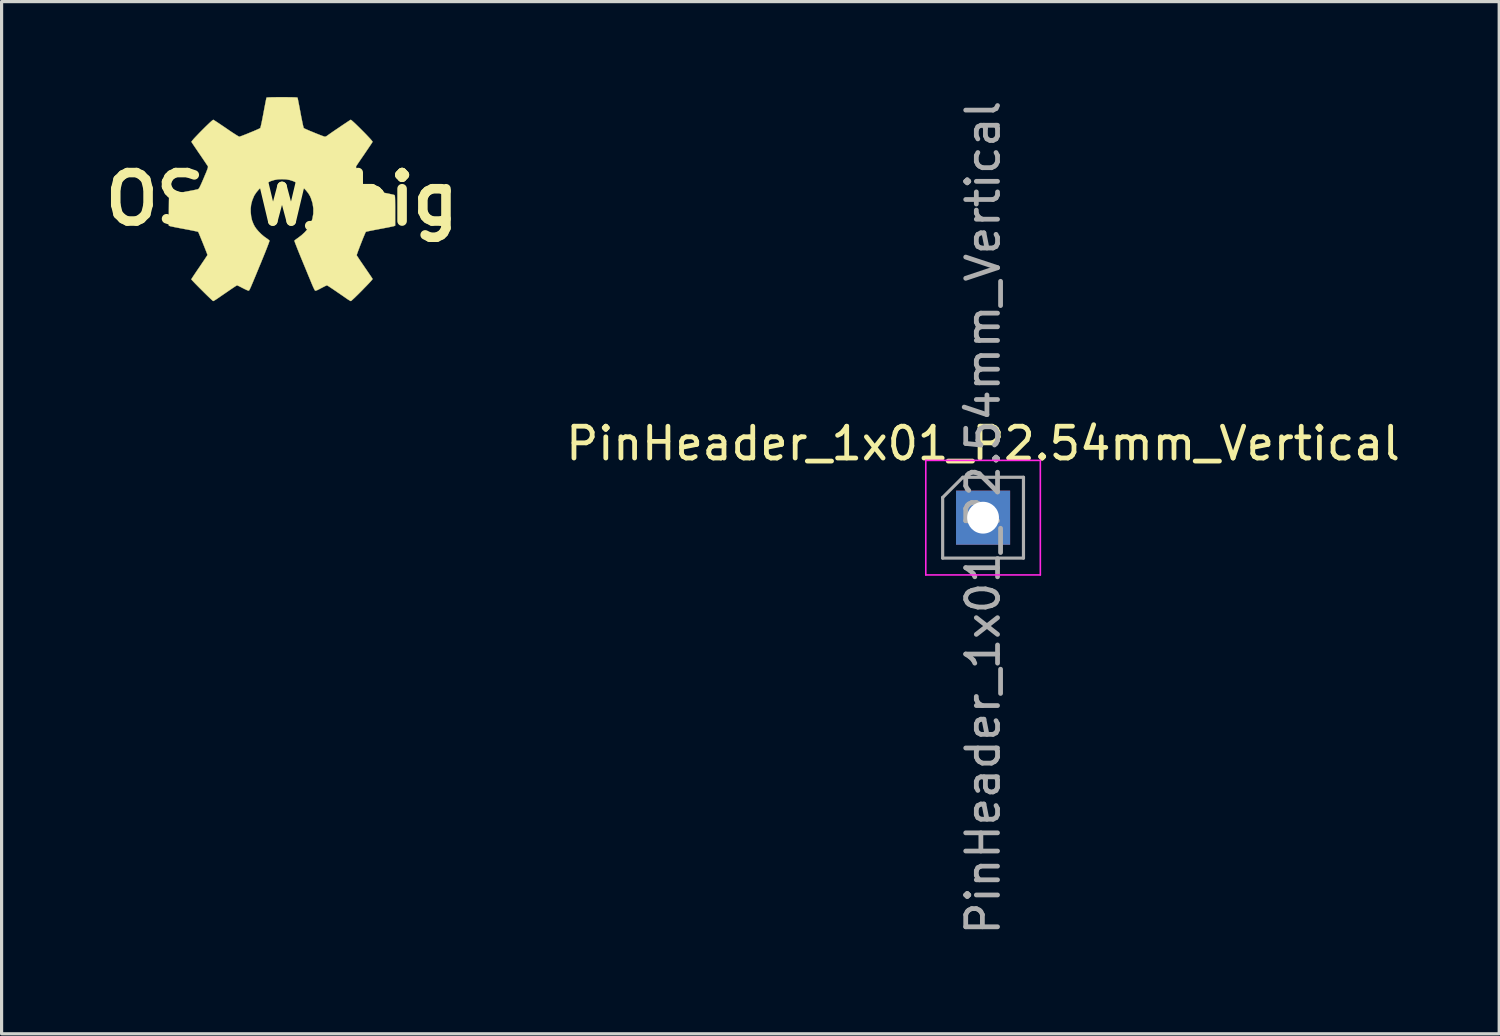
<source format=kicad_pcb>
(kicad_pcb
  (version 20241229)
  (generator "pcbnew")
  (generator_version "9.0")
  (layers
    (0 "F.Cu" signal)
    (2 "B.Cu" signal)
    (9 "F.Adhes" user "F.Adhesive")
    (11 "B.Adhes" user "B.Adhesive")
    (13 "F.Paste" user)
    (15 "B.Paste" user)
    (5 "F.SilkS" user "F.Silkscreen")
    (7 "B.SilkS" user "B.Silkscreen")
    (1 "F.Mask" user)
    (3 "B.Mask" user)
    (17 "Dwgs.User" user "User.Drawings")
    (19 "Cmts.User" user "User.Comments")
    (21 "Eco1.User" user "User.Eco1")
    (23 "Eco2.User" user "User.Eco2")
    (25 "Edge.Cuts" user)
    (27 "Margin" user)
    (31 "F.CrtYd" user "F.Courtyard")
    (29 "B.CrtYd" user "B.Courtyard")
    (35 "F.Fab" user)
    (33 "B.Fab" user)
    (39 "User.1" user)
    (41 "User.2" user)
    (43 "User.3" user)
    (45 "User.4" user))
  (footprint "OSHW_big"
    (layer "F.Cu")
    (at 5.813 3.208)
    (property "Reference" "OSHW_big" (at 0 0 0) (layer "F.SilkS") (effects (font (size 1.524 1.524) (thickness 0.3))))
    (attr through_hole)
    (fp_poly (pts (xy 0.095 -3.203) (xy 0.192 -3.202) (xy 0.283 -3.201) (xy 0.361 -3.199) (xy 0.424 -3.197) (xy 0.467 -3.194) (xy 0.486 -3.19) (xy 0.486 -3.19) (xy 0.491 -3.173) (xy 0.5 -3.132) (xy 0.512 -3.07) (xy 0.528 -2.99) (xy 0.546 -2.896) (xy 0.566 -2.791) (xy 0.58 -2.714) (xy 0.601 -2.602) (xy 0.622 -2.5) (xy 0.64 -2.409) (xy 0.656 -2.334) (xy 0.67 -2.277) (xy 0.679 -2.242) (xy 0.683 -2.233) (xy 0.701 -2.222) (xy 0.742 -2.202) (xy 0.799 -2.177) (xy 0.87 -2.146) (xy 0.949 -2.114) (xy 1.031 -2.08) (xy 1.113 -2.047) (xy 1.189 -2.017) (xy 1.255 -1.992) (xy 1.307 -1.973) (xy 1.341 -1.963) (xy 1.349 -1.961) (xy 1.382 -1.97) (xy 1.413 -1.988) (xy 1.442 -2.009) (xy 1.488 -2.042) (xy 1.548 -2.084) (xy 1.619 -2.133) (xy 1.697 -2.186) (xy 1.779 -2.241) (xy 1.861 -2.297) (xy 1.939 -2.35) (xy 2.011 -2.397) (xy 2.072 -2.438) (xy 2.119 -2.469) (xy 2.15 -2.488) (xy 2.159 -2.493) (xy 2.175 -2.485) (xy 2.207 -2.459) (xy 2.252 -2.419) (xy 2.309 -2.366) (xy 2.373 -2.304) (xy 2.442 -2.236) (xy 2.514 -2.164) (xy 2.586 -2.092) (xy 2.654 -2.022) (xy 2.716 -1.956) (xy 2.769 -1.899) (xy 2.81 -1.852) (xy 2.837 -1.819) (xy 2.846 -1.802) (xy 2.846 -1.801) (xy 2.836 -1.785) (xy 2.813 -1.748) (xy 2.777 -1.694) (xy 2.731 -1.626) (xy 2.677 -1.546) (xy 2.618 -1.459) (xy 2.592 -1.421) (xy 2.53 -1.33) (xy 2.472 -1.246) (xy 2.422 -1.172) (xy 2.38 -1.11) (xy 2.35 -1.064) (xy 2.332 -1.037) (xy 2.329 -1.032) (xy 2.326 -1.019) (xy 2.327 -1) (xy 2.334 -0.971) (xy 2.349 -0.929) (xy 2.371 -0.871) (xy 2.403 -0.794) (xy 2.445 -0.694) (xy 2.45 -0.681) (xy 2.489 -0.591) (xy 2.526 -0.508) (xy 2.558 -0.437) (xy 2.585 -0.381) (xy 2.604 -0.345) (xy 2.612 -0.333) (xy 2.625 -0.324) (xy 2.651 -0.314) (xy 2.691 -0.303) (xy 2.748 -0.289) (xy 2.826 -0.273) (xy 2.925 -0.253) (xy 3.05 -0.229) (xy 3.076 -0.224) (xy 3.185 -0.204) (xy 3.285 -0.184) (xy 3.373 -0.166) (xy 3.445 -0.15) (xy 3.499 -0.138) (xy 3.53 -0.129) (xy 3.536 -0.126) (xy 3.542 -0.117) (xy 3.546 -0.099) (xy 3.55 -0.069) (xy 3.552 -0.024) (xy 3.554 0.038) (xy 3.555 0.12) (xy 3.556 0.225) (xy 3.556 0.356) (xy 3.556 0.833) (xy 3.524 0.846) (xy 3.503 0.852) (xy 3.457 0.862) (xy 3.391 0.876) (xy 3.309 0.893) (xy 3.213 0.911) (xy 3.109 0.931) (xy 3.07 0.938) (xy 2.964 0.958) (xy 2.867 0.977) (xy 2.782 0.994) (xy 2.714 1.008) (xy 2.665 1.019) (xy 2.638 1.027) (xy 2.635 1.028) (xy 2.625 1.046) (xy 2.607 1.086) (xy 2.583 1.143) (xy 2.553 1.214) (xy 2.521 1.294) (xy 2.488 1.379) (xy 2.454 1.464) (xy 2.423 1.547) (xy 2.394 1.622) (xy 2.372 1.685) (xy 2.355 1.732) (xy 2.348 1.76) (xy 2.347 1.764) (xy 2.356 1.78) (xy 2.38 1.817) (xy 2.415 1.871) (xy 2.46 1.939) (xy 2.514 2.018) (xy 2.573 2.104) (xy 2.596 2.138) (xy 2.657 2.227) (xy 2.713 2.309) (xy 2.762 2.381) (xy 2.802 2.44) (xy 2.83 2.482) (xy 2.845 2.506) (xy 2.847 2.51) (xy 2.839 2.524) (xy 2.814 2.554) (xy 2.774 2.599) (xy 2.722 2.655) (xy 2.661 2.719) (xy 2.593 2.788) (xy 2.523 2.861) (xy 2.451 2.933) (xy 2.382 3.002) (xy 2.317 3.065) (xy 2.26 3.12) (xy 2.213 3.163) (xy 2.18 3.192) (xy 2.163 3.203) (xy 2.162 3.203) (xy 2.143 3.196) (xy 2.107 3.175) (xy 2.061 3.146) (xy 2.035 3.128) (xy 1.894 3.03) (xy 1.774 2.948) (xy 1.675 2.88) (xy 1.594 2.825) (xy 1.53 2.782) (xy 1.481 2.75) (xy 1.447 2.728) (xy 1.424 2.715) (xy 1.413 2.71) (xy 1.412 2.709) (xy 1.394 2.716) (xy 1.356 2.733) (xy 1.304 2.759) (xy 1.243 2.791) (xy 1.227 2.799) (xy 1.156 2.837) (xy 1.105 2.861) (xy 1.071 2.874) (xy 1.049 2.877) (xy 1.039 2.874) (xy 1.026 2.855) (xy 1.006 2.816) (xy 0.979 2.76) (xy 0.95 2.693) (xy 0.933 2.653) (xy 0.909 2.594) (xy 0.876 2.514) (xy 0.835 2.416) (xy 0.789 2.304) (xy 0.739 2.182) (xy 0.686 2.055) (xy 0.633 1.926) (xy 0.616 1.885) (xy 0.567 1.766) (xy 0.522 1.655) (xy 0.482 1.555) (xy 0.448 1.468) (xy 0.42 1.396) (xy 0.401 1.344) (xy 0.391 1.314) (xy 0.39 1.307) (xy 0.404 1.292) (xy 0.436 1.267) (xy 0.48 1.235) (xy 0.506 1.217) (xy 0.615 1.134) (xy 0.714 1.043) (xy 0.796 0.95) (xy 0.827 0.907) (xy 0.905 0.765) (xy 0.957 0.613) (xy 0.984 0.455) (xy 0.985 0.293) (xy 0.961 0.131) (xy 0.91 -0.028) (xy 0.879 -0.098) (xy 0.828 -0.183) (xy 0.758 -0.271) (xy 0.675 -0.358) (xy 0.587 -0.435) (xy 0.501 -0.495) (xy 0.473 -0.511) (xy 0.354 -0.565) (xy 0.244 -0.601) (xy 0.129 -0.621) (xy 0.001 -0.627) (xy 0 -0.627) (xy -0.129 -0.621) (xy -0.243 -0.601) (xy -0.354 -0.566) (xy -0.472 -0.511) (xy -0.473 -0.511) (xy -0.558 -0.457) (xy -0.646 -0.385) (xy -0.732 -0.3) (xy -0.807 -0.211) (xy -0.865 -0.124) (xy -0.879 -0.098) (xy -0.935 0.036) (xy -0.97 0.165) (xy -0.985 0.3) (xy -0.984 0.409) (xy -0.97 0.547) (xy -0.942 0.67) (xy -0.896 0.786) (xy -0.859 0.857) (xy -0.807 0.933) (xy -0.737 1.015) (xy -0.656 1.097) (xy -0.57 1.171) (xy -0.511 1.213) (xy -0.462 1.247) (xy -0.423 1.277) (xy -0.398 1.298) (xy -0.393 1.304) (xy -0.396 1.32) (xy -0.409 1.359) (xy -0.431 1.42) (xy -0.461 1.498) (xy -0.498 1.593) (xy -0.541 1.701) (xy -0.589 1.819) (xy -0.641 1.946) (xy -0.65 1.969) (xy -0.723 2.144) (xy -0.785 2.295) (xy -0.838 2.424) (xy -0.883 2.531) (xy -0.92 2.62) (xy -0.951 2.692) (xy -0.975 2.749) (xy -0.995 2.793) (xy -1.01 2.825) (xy -1.021 2.847) (xy -1.03 2.862) (xy -1.037 2.87) (xy -1.043 2.874) (xy -1.048 2.876) (xy -1.05 2.876) (xy -1.07 2.872) (xy -1.11 2.856) (xy -1.164 2.831) (xy -1.226 2.8) (xy -1.235 2.795) (xy -1.297 2.763) (xy -1.35 2.736) (xy -1.39 2.718) (xy -1.411 2.709) (xy -1.412 2.709) (xy -1.422 2.713) (xy -1.442 2.724) (xy -1.474 2.745) (xy -1.52 2.775) (xy -1.581 2.816) (xy -1.66 2.87) (xy -1.756 2.936) (xy -1.873 3.016) (xy -2.011 3.111) (xy -2.035 3.128) (xy -2.085 3.161) (xy -2.127 3.186) (xy -2.155 3.201) (xy -2.162 3.203) (xy -2.176 3.194) (xy -2.208 3.166) (xy -2.254 3.123) (xy -2.313 3.067) (xy -2.381 3.001) (xy -2.458 2.925) (xy -2.515 2.868) (xy -2.595 2.788) (xy -2.668 2.714) (xy -2.732 2.649) (xy -2.784 2.594) (xy -2.823 2.553) (xy -2.845 2.528) (xy -2.85 2.521) (xy -2.843 2.507) (xy -2.821 2.472) (xy -2.787 2.42) (xy -2.743 2.354) (xy -2.69 2.275) (xy -2.631 2.188) (xy -2.596 2.138) (xy -2.535 2.047) (xy -2.478 1.963) (xy -2.429 1.89) (xy -2.389 1.829) (xy -2.36 1.785) (xy -2.345 1.759) (xy -2.342 1.754) (xy -2.348 1.737) (xy -2.362 1.698) (xy -2.383 1.642) (xy -2.411 1.572) (xy -2.442 1.493) (xy -2.476 1.409) (xy -2.51 1.324) (xy -2.544 1.242) (xy -2.574 1.168) (xy -2.6 1.105) (xy -2.62 1.059) (xy -2.632 1.032) (xy -2.635 1.028) (xy -2.651 1.023) (xy -2.692 1.013) (xy -2.754 1) (xy -2.832 0.984) (xy -2.925 0.965) (xy -3.028 0.946) (xy -3.07 0.938) (xy -3.177 0.918) (xy -3.276 0.899) (xy -3.363 0.882) (xy -3.436 0.867) (xy -3.489 0.855) (xy -3.52 0.848) (xy -3.524 0.846) (xy -3.556 0.833) (xy -3.556 0.364) (xy -3.555 0.251) (xy -3.554 0.147) (xy -3.553 0.055) (xy -3.551 -0.021) (xy -3.549 -0.079) (xy -3.547 -0.113) (xy -3.545 -0.123) (xy -3.529 -0.129) (xy -3.489 -0.14) (xy -3.427 -0.154) (xy -3.349 -0.171) (xy -3.256 -0.19) (xy -3.153 -0.209) (xy -3.104 -0.218) (xy -2.996 -0.239) (xy -2.895 -0.258) (xy -2.806 -0.275) (xy -2.732 -0.29) (xy -2.677 -0.302) (xy -2.644 -0.31) (xy -2.639 -0.311) (xy -2.626 -0.32) (xy -2.612 -0.336) (xy -2.594 -0.364) (xy -2.573 -0.405) (xy -2.545 -0.464) (xy -2.51 -0.543) (xy -2.467 -0.644) (xy -2.458 -0.664) (xy -2.414 -0.769) (xy -2.379 -0.851) (xy -2.355 -0.914) (xy -2.338 -0.96) (xy -2.329 -0.992) (xy -2.326 -1.014) (xy -2.328 -1.029) (xy -2.329 -1.032) (xy -2.341 -1.051) (xy -2.367 -1.089) (xy -2.404 -1.145) (xy -2.451 -1.215) (xy -2.506 -1.296) (xy -2.566 -1.384) (xy -2.592 -1.421) (xy -2.653 -1.511) (xy -2.709 -1.594) (xy -2.759 -1.667) (xy -2.799 -1.727) (xy -2.828 -1.771) (xy -2.844 -1.797) (xy -2.846 -1.801) (xy -2.839 -1.816) (xy -2.813 -1.848) (xy -2.774 -1.894) (xy -2.722 -1.95) (xy -2.66 -2.015) (xy -2.593 -2.085) (xy -2.522 -2.157) (xy -2.45 -2.229) (xy -2.38 -2.298) (xy -2.315 -2.36) (xy -2.258 -2.414) (xy -2.211 -2.456) (xy -2.177 -2.483) (xy -2.16 -2.493) (xy -2.159 -2.493) (xy -2.143 -2.484) (xy -2.106 -2.461) (xy -2.052 -2.426) (xy -1.983 -2.38) (xy -1.903 -2.326) (xy -1.814 -2.266) (xy -1.754 -2.225) (xy -1.661 -2.161) (xy -1.575 -2.103) (xy -1.497 -2.053) (xy -1.433 -2.012) (xy -1.383 -1.982) (xy -1.352 -1.965) (xy -1.344 -1.961) (xy -1.323 -1.967) (xy -1.28 -1.981) (xy -1.221 -2.004) (xy -1.15 -2.031) (xy -1.071 -2.063) (xy -0.989 -2.097) (xy -0.908 -2.13) (xy -0.833 -2.162) (xy -0.769 -2.19) (xy -0.719 -2.213) (xy -0.689 -2.229) (xy -0.683 -2.233) (xy -0.676 -2.251) (xy -0.666 -2.293) (xy -0.651 -2.356) (xy -0.634 -2.437) (xy -0.615 -2.532) (xy -0.595 -2.637) (xy -0.58 -2.714) (xy -0.56 -2.825) (xy -0.54 -2.927) (xy -0.523 -3.017) (xy -0.508 -3.092) (xy -0.497 -3.147) (xy -0.489 -3.181) (xy -0.486 -3.19) (xy -0.471 -3.193) (xy -0.431 -3.196) (xy -0.37 -3.199) (xy -0.294 -3.201) (xy -0.205 -3.202) (xy -0.108 -3.203) (xy -0.007 -3.203) (xy 0.095 -3.203)) (stroke (width 0.01) (type solid)) (fill yes) (layer "F.SilkS")))
  (footprint "PinHeader_1x01_P2.54mm_Vertical"
    (layer "F.Cu")
    (at 27.846 13.22)
    (property "Reference" "PinHeader_1x01_P2.54mm_Vertical" (at 0 -2.33 0) (layer "F.SilkS") (effects (font (size 1 1) (thickness 0.15))))
    (attr through_hole)
    (fp_line (start -1.8 -1.8) (end -1.8 1.8) (stroke (width 0.05) (type solid)) (layer "F.CrtYd"))
    (fp_line (start -1.8 1.8) (end 1.8 1.8) (stroke (width 0.05) (type solid)) (layer "F.CrtYd"))
    (fp_line (start 1.8 -1.8) (end -1.8 -1.8) (stroke (width 0.05) (type solid)) (layer "F.CrtYd"))
    (fp_line (start 1.8 1.8) (end 1.8 -1.8) (stroke (width 0.05) (type solid)) (layer "F.CrtYd"))
    (fp_line (start -1.27 -0.635) (end -0.635 -1.27) (stroke (width 0.1) (type solid)) (layer "F.Fab"))
    (fp_line (start -1.27 1.27) (end -1.27 -0.635) (stroke (width 0.1) (type solid)) (layer "F.Fab"))
    (fp_line (start -0.635 -1.27) (end 1.27 -1.27) (stroke (width 0.1) (type solid)) (layer "F.Fab"))
    (fp_line (start 1.27 -1.27) (end 1.27 1.27) (stroke (width 0.1) (type solid)) (layer "F.Fab"))
    (fp_line (start 1.27 1.27) (end -1.27 1.27) (stroke (width 0.1) (type solid)) (layer "F.Fab"))
    (fp_text user "${REFERENCE}" (at 0 0 90) (layer "F.Fab") (effects (font (size 1 1) (thickness 0.15))))
    (pad "1" thru_hole rect (at 0 0) (size 1.7 1.7) (drill 1) (layers "*.Cu" "*.Mask")))
  (gr_rect
    (start -3 -3)
    (end 44.067 29.44)
    (stroke (width 0.1) (type default))
    (fill no)
    (layer "Edge.Cuts")))
</source>
